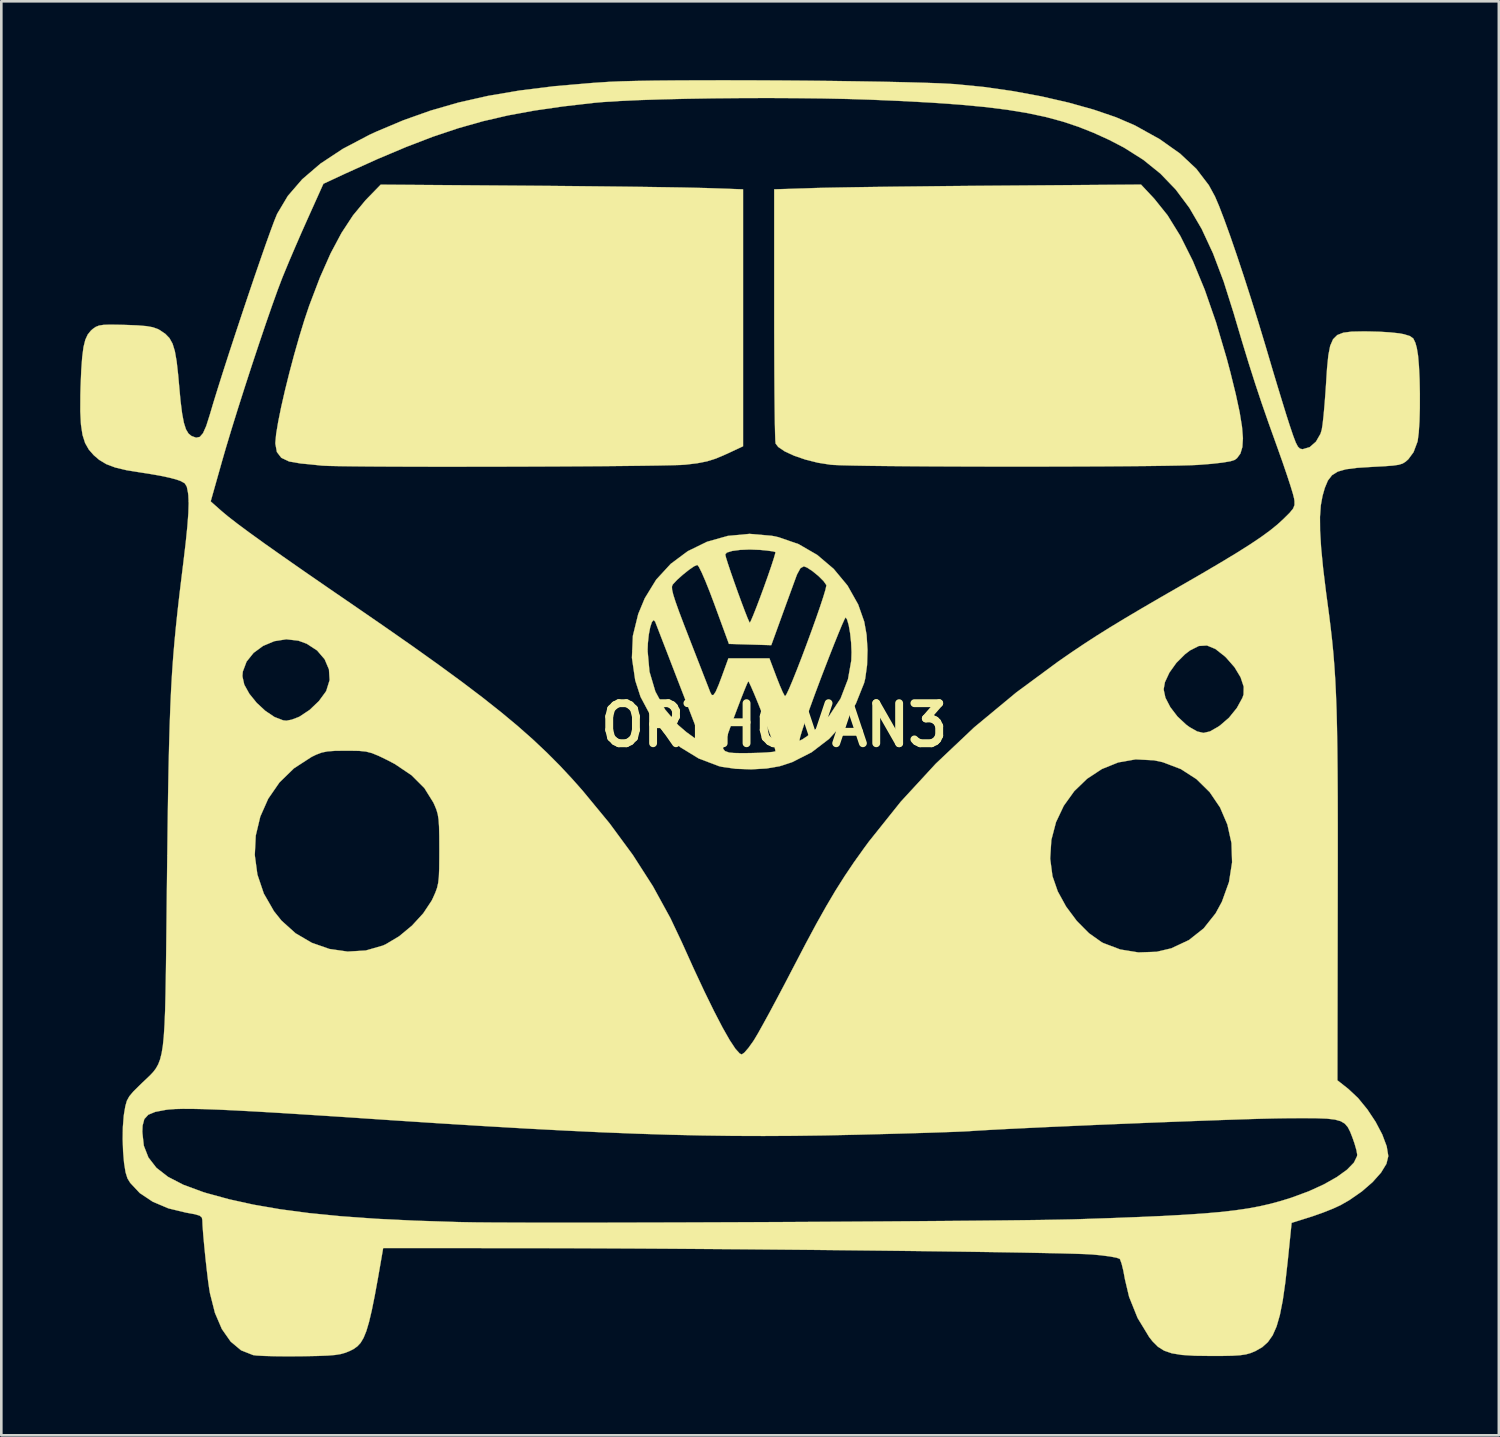
<source format=kicad_pcb>
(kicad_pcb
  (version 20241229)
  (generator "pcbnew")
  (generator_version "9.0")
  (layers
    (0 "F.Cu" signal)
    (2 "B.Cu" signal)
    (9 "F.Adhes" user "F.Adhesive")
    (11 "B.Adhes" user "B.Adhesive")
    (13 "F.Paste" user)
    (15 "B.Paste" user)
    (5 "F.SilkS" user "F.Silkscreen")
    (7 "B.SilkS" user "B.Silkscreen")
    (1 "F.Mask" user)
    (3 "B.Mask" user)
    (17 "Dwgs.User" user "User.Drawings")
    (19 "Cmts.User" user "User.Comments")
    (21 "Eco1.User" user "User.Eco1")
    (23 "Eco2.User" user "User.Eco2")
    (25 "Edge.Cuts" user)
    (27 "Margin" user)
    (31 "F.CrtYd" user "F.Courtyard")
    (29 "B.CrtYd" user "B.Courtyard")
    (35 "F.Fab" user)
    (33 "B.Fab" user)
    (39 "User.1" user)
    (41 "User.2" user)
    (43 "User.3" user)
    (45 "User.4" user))
  (footprint "ORTHOVAN3"
    (layer "F.Cu")
    (at 26.408 24.54)
    (property "Reference" "ORTHOVAN3" (at 0 0 0) (layer "F.SilkS") (effects (font (size 1.524 1.524) (thickness 0.3))))
    (attr through_hole)
    (fp_poly (pts (xy -9.54 -20.525) (xy -8.546 -20.517) (xy -7.563 -20.508) (xy -6.611 -20.498) (xy -5.71 -20.488) (xy -4.879 -20.477) (xy -4.138 -20.466) (xy -3.507 -20.456) (xy -3.005 -20.445) (xy -2.653 -20.436) (xy -2.646 -20.436) (xy -1.185 -20.386) (xy -1.185 -10.61) (xy -1.841 -10.304) (xy -2.213 -10.145) (xy -2.555 -10.037) (xy -2.934 -9.963) (xy -3.374 -9.91) (xy -3.573 -9.898) (xy -3.922 -9.888) (xy -4.405 -9.878) (xy -5.006 -9.869) (xy -5.709 -9.861) (xy -6.496 -9.853) (xy -7.351 -9.847) (xy -8.259 -9.842) (xy -9.201 -9.838) (xy -10.162 -9.835) (xy -11.126 -9.833) (xy -12.075 -9.832) (xy -12.994 -9.832) (xy -13.866 -9.834) (xy -14.673 -9.837) (xy -15.401 -9.841) (xy -16.031 -9.847) (xy -16.549 -9.854) (xy -16.937 -9.862) (xy -17.178 -9.872) (xy -17.23 -9.876) (xy -17.453 -9.9) (xy -17.766 -9.932) (xy -18.016 -9.955) (xy -18.458 -10.031) (xy -18.755 -10.172) (xy -18.923 -10.391) (xy -18.98 -10.703) (xy -18.98 -10.758) (xy -18.95 -11.081) (xy -18.874 -11.536) (xy -18.761 -12.094) (xy -18.617 -12.726) (xy -18.449 -13.402) (xy -18.265 -14.095) (xy -18.072 -14.773) (xy -17.877 -15.409) (xy -17.693 -15.958) (xy -17.286 -17.028) (xy -16.879 -17.947) (xy -16.462 -18.73) (xy -16.025 -19.396) (xy -15.559 -19.96) (xy -15.463 -20.061) (xy -14.973 -20.564) (xy -9.54 -20.525)) (stroke (width 0.01) (type solid)) (fill yes) (layer "F.SilkS"))
    (fp_poly (pts (xy 14.463 -20.026) (xy 14.966 -19.399) (xy 15.454 -18.609) (xy 15.927 -17.663) (xy 16.38 -16.567) (xy 16.811 -15.326) (xy 17.218 -13.947) (xy 17.358 -13.42) (xy 17.562 -12.591) (xy 17.709 -11.907) (xy 17.799 -11.353) (xy 17.834 -10.916) (xy 17.813 -10.581) (xy 17.739 -10.333) (xy 17.61 -10.158) (xy 17.521 -10.091) (xy 17.361 -10.04) (xy 17.061 -9.989) (xy 16.647 -9.942) (xy 16.149 -9.903) (xy 16.143 -9.902) (xy 15.848 -9.889) (xy 15.409 -9.877) (xy 14.843 -9.867) (xy 14.167 -9.858) (xy 13.398 -9.851) (xy 12.552 -9.845) (xy 11.646 -9.841) (xy 10.697 -9.838) (xy 9.722 -9.836) (xy 8.738 -9.836) (xy 7.762 -9.838) (xy 6.81 -9.841) (xy 5.9 -9.845) (xy 5.048 -9.851) (xy 4.272 -9.858) (xy 3.587 -9.866) (xy 3.011 -9.876) (xy 2.561 -9.887) (xy 2.253 -9.9) (xy 2.146 -9.908) (xy 1.667 -9.983) (xy 1.194 -10.101) (xy 0.762 -10.249) (xy 0.405 -10.413) (xy 0.154 -10.582) (xy 0.053 -10.713) (xy 0.043 -10.822) (xy 0.034 -11.083) (xy 0.025 -11.483) (xy 0.018 -12.005) (xy 0.011 -12.634) (xy 0.006 -13.353) (xy 0.003 -14.148) (xy 0.000442 -15.002) (xy 0 -15.619) (xy 0 -20.386) (xy 1.545 -20.436) (xy 1.909 -20.445) (xy 2.423 -20.455) (xy 3.066 -20.466) (xy 3.818 -20.477) (xy 4.659 -20.488) (xy 5.57 -20.498) (xy 6.529 -20.509) (xy 7.517 -20.518) (xy 8.515 -20.526) (xy 8.524 -20.526) (xy 13.957 -20.567) (xy 14.463 -20.026)) (stroke (width 0.01) (type solid)) (fill yes) (layer "F.SilkS"))
    (fp_poly (pts (xy -0.088 -7.203) (xy 0.161 -7.151) (xy 0.928 -6.886) (xy 1.636 -6.476) (xy 2.264 -5.943) (xy 2.791 -5.308) (xy 3.195 -4.59) (xy 3.426 -3.933) (xy 3.515 -3.433) (xy 3.55 -2.861) (xy 3.533 -2.284) (xy 3.463 -1.773) (xy 3.421 -1.603) (xy 3.105 -0.812) (xy 2.654 -0.097) (xy 2.087 0.525) (xy 1.422 1.034) (xy 0.681 1.41) (xy 0.208 1.564) (xy -0.292 1.65) (xy -0.874 1.683) (xy -1.465 1.662) (xy -1.989 1.588) (xy -2.107 1.56) (xy -2.873 1.269) (xy -3.485 0.894) (xy -1.947 0.894) (xy -1.874 0.987) (xy -1.714 1.045) (xy -1.531 1.061) (xy -1.25 1.067) (xy -0.917 1.064) (xy -0.575 1.055) (xy -0.271 1.039) (xy -0.048 1.019) (xy 0.048 0.996) (xy 0.032 0.908) (xy -0.037 0.689) (xy -0.075 0.583) (xy 0.961 0.583) (xy 0.966 0.593) (xy 1.074 0.542) (xy 1.269 0.41) (xy 1.509 0.224) (xy 1.51 0.223) (xy 2.093 -0.355) (xy 2.525 -1.011) (xy 2.807 -1.746) (xy 2.933 -2.456) (xy 2.943 -2.776) (xy 2.927 -3.136) (xy 2.889 -3.493) (xy 2.835 -3.803) (xy 2.771 -4.021) (xy 2.718 -4.099) (xy 2.677 -4.031) (xy 2.583 -3.823) (xy 2.446 -3.495) (xy 2.273 -3.066) (xy 2.072 -2.555) (xy 1.85 -1.98) (xy 1.769 -1.768) (xy 1.547 -1.176) (xy 1.351 -0.638) (xy 1.188 -0.174) (xy 1.064 0.197) (xy 0.986 0.456) (xy 0.961 0.583) (xy -0.075 0.583) (xy -0.151 0.367) (xy -0.3 -0.033) (xy -0.431 -0.373) (xy -0.604 -0.809) (xy -0.757 -1.18) (xy -0.879 -1.462) (xy -0.959 -1.63) (xy -0.986 -1.667) (xy -1.034 -1.571) (xy -1.126 -1.35) (xy -1.25 -1.037) (xy -1.392 -0.666) (xy -1.541 -0.271) (xy -1.683 0.114) (xy -1.806 0.456) (xy -1.897 0.72) (xy -1.944 0.874) (xy -1.947 0.894) (xy -3.485 0.894) (xy -3.575 0.839) (xy -4.192 0.29) (xy -4.702 -0.356) (xy -5.086 -1.077) (xy -5.288 -1.701) (xy -5.414 -2.563) (xy -5.402 -2.836) (xy -4.818 -2.836) (xy -4.746 -2.033) (xy -4.522 -1.279) (xy -4.153 -0.595) (xy -3.652 -0.001) (xy -3.344 0.264) (xy -3.048 0.479) (xy -2.869 0.578) (xy -2.802 0.563) (xy -2.82 0.487) (xy -2.861 0.382) (xy -2.954 0.141) (xy -3.092 -0.213) (xy -3.264 -0.66) (xy -3.464 -1.176) (xy -3.664 -1.693) (xy -3.882 -2.258) (xy -4.082 -2.778) (xy -4.257 -3.229) (xy -4.395 -3.588) (xy -4.49 -3.833) (xy -4.53 -3.937) (xy -4.59 -3.998) (xy -4.655 -3.919) (xy -4.718 -3.727) (xy -4.771 -3.451) (xy -4.807 -3.119) (xy -4.818 -2.836) (xy -5.402 -2.836) (xy -5.377 -3.4) (xy -5.174 -4.227) (xy -4.925 -4.826) (xy -4.655 -5.267) (xy -3.892 -5.267) (xy -3.885 -5.149) (xy -3.842 -4.965) (xy -3.756 -4.696) (xy -3.623 -4.323) (xy -3.436 -3.829) (xy -3.229 -3.295) (xy -3.019 -2.755) (xy -2.827 -2.263) (xy -2.663 -1.841) (xy -2.535 -1.514) (xy -2.454 -1.305) (xy -2.43 -1.243) (xy -2.374 -1.143) (xy -2.31 -1.147) (xy -2.227 -1.27) (xy -2.115 -1.528) (xy -1.992 -1.855) (xy -1.743 -2.54) (xy -0.182 -2.54) (xy 0.09 -1.82) (xy 0.215 -1.504) (xy 0.322 -1.258) (xy 0.396 -1.119) (xy 0.416 -1.101) (xy 0.469 -1.177) (xy 0.568 -1.387) (xy 0.703 -1.707) (xy 0.865 -2.111) (xy 1.044 -2.573) (xy 1.23 -3.068) (xy 1.415 -3.571) (xy 1.589 -4.056) (xy 1.742 -4.497) (xy 1.865 -4.87) (xy 1.949 -5.148) (xy 1.984 -5.307) (xy 1.983 -5.33) (xy 1.879 -5.479) (xy 1.689 -5.668) (xy 1.464 -5.853) (xy 1.255 -5.992) (xy 1.129 -6.042) (xy 1 -5.973) (xy 0.872 -5.741) (xy 0.845 -5.673) (xy 0.763 -5.45) (xy 0.64 -5.112) (xy 0.489 -4.699) (xy 0.328 -4.256) (xy 0.296 -4.167) (xy -0.112 -3.042) (xy -0.917 -3.066) (xy -1.723 -3.09) (xy -2.273 -4.593) (xy -2.454 -5.074) (xy -2.62 -5.488) (xy -2.761 -5.812) (xy -2.867 -6.022) (xy -2.927 -6.096) (xy -3.049 -6.043) (xy -3.246 -5.907) (xy -3.474 -5.725) (xy -3.689 -5.533) (xy -3.846 -5.367) (xy -3.868 -5.337) (xy -3.892 -5.267) (xy -4.655 -5.267) (xy -4.49 -5.535) (xy -3.937 -6.136) (xy -3.452 -6.497) (xy -1.863 -6.497) (xy -1.836 -6.381) (xy -1.763 -6.147) (xy -1.656 -5.828) (xy -1.526 -5.454) (xy -1.386 -5.06) (xy -1.246 -4.677) (xy -1.118 -4.338) (xy -1.015 -4.075) (xy -0.947 -3.922) (xy -0.929 -3.895) (xy -0.887 -3.97) (xy -0.798 -4.179) (xy -0.673 -4.495) (xy -0.523 -4.891) (xy -0.401 -5.222) (xy -0.243 -5.665) (xy -0.111 -6.049) (xy -0.014 -6.348) (xy 0.04 -6.536) (xy 0.046 -6.586) (xy -0.051 -6.611) (xy -0.268 -6.641) (xy -0.537 -6.667) (xy -0.933 -6.682) (xy -1.299 -6.667) (xy -1.599 -6.627) (xy -1.799 -6.566) (xy -1.863 -6.497) (xy -3.452 -6.497) (xy -3.287 -6.619) (xy -2.557 -6.976) (xy -1.768 -7.199) (xy -0.938 -7.277) (xy -0.088 -7.203)) (stroke (width 0.01) (type solid)) (fill yes) (layer "F.SilkS"))
    (fp_poly (pts (xy -0.844 -24.533) (xy 0.188 -24.528) (xy 1.222 -24.52) (xy 2.239 -24.509) (xy 3.216 -24.495) (xy 4.134 -24.48) (xy 4.971 -24.461) (xy 5.708 -24.441) (xy 6.322 -24.419) (xy 6.794 -24.394) (xy 6.9 -24.387) (xy 7.987 -24.28) (xy 9.085 -24.123) (xy 10.166 -23.923) (xy 11.198 -23.686) (xy 12.153 -23.419) (xy 13 -23.13) (xy 13.709 -22.825) (xy 13.734 -22.813) (xy 14.668 -22.294) (xy 15.441 -21.747) (xy 16.061 -21.166) (xy 16.537 -20.543) (xy 16.77 -20.116) (xy 16.927 -19.749) (xy 17.122 -19.24) (xy 17.349 -18.612) (xy 17.599 -17.886) (xy 17.866 -17.083) (xy 18.142 -16.225) (xy 18.42 -15.334) (xy 18.693 -14.431) (xy 18.792 -14.097) (xy 18.967 -13.504) (xy 19.149 -12.9) (xy 19.324 -12.327) (xy 19.478 -11.827) (xy 19.601 -11.443) (xy 19.612 -11.409) (xy 19.746 -11.012) (xy 19.846 -10.749) (xy 19.927 -10.595) (xy 20.005 -10.52) (xy 20.094 -10.499) (xy 20.111 -10.499) (xy 20.375 -10.577) (xy 20.613 -10.785) (xy 20.786 -11.085) (xy 20.833 -11.238) (xy 20.866 -11.448) (xy 20.904 -11.788) (xy 20.942 -12.217) (xy 20.978 -12.697) (xy 20.994 -12.938) (xy 21.035 -13.578) (xy 21.084 -14.069) (xy 21.154 -14.43) (xy 21.263 -14.681) (xy 21.425 -14.842) (xy 21.656 -14.932) (xy 21.971 -14.972) (xy 22.386 -14.98) (xy 22.604 -14.979) (xy 23.038 -14.968) (xy 23.449 -14.942) (xy 23.786 -14.906) (xy 23.961 -14.873) (xy 24.189 -14.803) (xy 24.317 -14.711) (xy 24.397 -14.544) (xy 24.45 -14.351) (xy 24.497 -14.067) (xy 24.532 -13.656) (xy 24.556 -13.159) (xy 24.567 -12.616) (xy 24.566 -12.069) (xy 24.552 -11.56) (xy 24.524 -11.13) (xy 24.484 -10.819) (xy 24.475 -10.78) (xy 24.326 -10.385) (xy 24.127 -10.115) (xy 24.02 -10.02) (xy 23.909 -9.952) (xy 23.761 -9.906) (xy 23.545 -9.875) (xy 23.225 -9.851) (xy 22.771 -9.827) (xy 22.757 -9.826) (xy 22.185 -9.79) (xy 21.756 -9.735) (xy 21.445 -9.647) (xy 21.223 -9.508) (xy 21.067 -9.306) (xy 20.949 -9.023) (xy 20.862 -8.717) (xy 20.797 -8.361) (xy 20.766 -7.923) (xy 20.77 -7.388) (xy 20.81 -6.739) (xy 20.886 -5.961) (xy 20.999 -5.038) (xy 21.039 -4.741) (xy 21.11 -4.21) (xy 21.172 -3.71) (xy 21.227 -3.226) (xy 21.274 -2.745) (xy 21.313 -2.252) (xy 21.347 -1.733) (xy 21.374 -1.174) (xy 21.397 -0.56) (xy 21.414 0.123) (xy 21.426 0.889) (xy 21.435 1.753) (xy 21.441 2.728) (xy 21.443 3.829) (xy 21.443 5.07) (xy 21.441 6.466) (xy 21.441 6.524) (xy 21.429 13.514) (xy 21.851 13.848) (xy 22.218 14.193) (xy 22.569 14.622) (xy 22.883 15.096) (xy 23.136 15.577) (xy 23.304 16.025) (xy 23.366 16.398) (xy 23.294 16.692) (xy 23.087 17.03) (xy 22.768 17.388) (xy 22.358 17.744) (xy 21.879 18.076) (xy 21.548 18.265) (xy 21.261 18.397) (xy 20.884 18.547) (xy 20.487 18.687) (xy 20.406 18.713) (xy 19.687 18.939) (xy 19.541 20.37) (xy 19.447 21.208) (xy 19.349 21.893) (xy 19.24 22.445) (xy 19.114 22.881) (xy 18.965 23.218) (xy 18.785 23.474) (xy 18.57 23.668) (xy 18.312 23.816) (xy 18.304 23.82) (xy 18.129 23.892) (xy 17.949 23.943) (xy 17.729 23.975) (xy 17.434 23.994) (xy 17.03 24.002) (xy 16.637 24.003) (xy 16.003 23.995) (xy 15.51 23.964) (xy 15.13 23.902) (xy 14.836 23.801) (xy 14.6 23.652) (xy 14.395 23.447) (xy 14.27 23.288) (xy 13.826 22.557) (xy 13.503 21.753) (xy 13.346 21.09) (xy 13.284 20.758) (xy 13.218 20.489) (xy 13.159 20.328) (xy 13.145 20.308) (xy 13.028 20.265) (xy 12.78 20.218) (xy 12.439 20.174) (xy 12.094 20.141) (xy 11.85 20.128) (xy 11.448 20.114) (xy 10.902 20.099) (xy 10.223 20.085) (xy 9.422 20.069) (xy 8.513 20.054) (xy 7.508 20.039) (xy 6.418 20.024) (xy 5.255 20.009) (xy 4.032 19.995) (xy 2.762 19.981) (xy 1.455 19.967) (xy 0.124 19.955) (xy -1.219 19.943) (xy -2.561 19.933) (xy -3.89 19.923) (xy -5.195 19.915) (xy -6.464 19.909) (xy -7.683 19.904) (xy -8.842 19.901) (xy -9.789 19.9) (xy -14.879 19.897) (xy -14.926 20.172) (xy -15.073 21.017) (xy -15.2 21.712) (xy -15.313 22.272) (xy -15.418 22.715) (xy -15.519 23.056) (xy -15.624 23.313) (xy -15.736 23.502) (xy -15.863 23.639) (xy -16.008 23.742) (xy -16.147 23.812) (xy -16.314 23.88) (xy -16.489 23.93) (xy -16.704 23.965) (xy -16.989 23.988) (xy -17.375 24.003) (xy -17.892 24.013) (xy -18.034 24.015) (xy -18.542 24.018) (xy -19.013 24.013) (xy -19.41 24.002) (xy -19.701 23.986) (xy -19.826 23.97) (xy -20.284 23.789) (xy -20.682 23.456) (xy -21.016 22.979) (xy -21.279 22.366) (xy -21.467 21.624) (xy -21.495 21.463) (xy -21.54 21.149) (xy -21.589 20.74) (xy -21.64 20.281) (xy -21.686 19.815) (xy -21.725 19.387) (xy -21.75 19.04) (xy -21.759 18.829) (xy -21.779 18.733) (xy -21.861 18.665) (xy -22.04 18.611) (xy -22.351 18.554) (xy -22.376 18.55) (xy -23.051 18.387) (xy -23.647 18.134) (xy -24.139 17.806) (xy -24.502 17.419) (xy -24.607 17.248) (xy -24.68 17.016) (xy -24.737 16.66) (xy -24.774 16.223) (xy -24.79 15.749) (xy -24.786 15.486) (xy -24.043 15.486) (xy -23.986 16.003) (xy -23.81 16.453) (xy -23.506 16.845) (xy -23.065 17.188) (xy -22.477 17.492) (xy -21.732 17.766) (xy -21.589 17.81) (xy -20.732 18.044) (xy -19.808 18.247) (xy -18.801 18.421) (xy -17.7 18.567) (xy -16.488 18.687) (xy -15.152 18.783) (xy -13.679 18.855) (xy -12.054 18.907) (xy -11.769 18.913) (xy -11.358 18.92) (xy -10.792 18.925) (xy -10.086 18.928) (xy -9.254 18.931) (xy -8.311 18.931) (xy -7.271 18.931) (xy -6.149 18.93) (xy -4.958 18.927) (xy -3.713 18.924) (xy -2.429 18.919) (xy -1.119 18.914) (xy 0.201 18.908) (xy 1.518 18.901) (xy 2.816 18.893) (xy 4.083 18.885) (xy 5.302 18.876) (xy 6.46 18.867) (xy 7.543 18.858) (xy 8.536 18.848) (xy 9.425 18.838) (xy 10.195 18.828) (xy 10.832 18.817) (xy 11.321 18.807) (xy 11.515 18.801) (xy 12.76 18.76) (xy 13.851 18.718) (xy 14.803 18.676) (xy 15.632 18.63) (xy 16.353 18.581) (xy 16.981 18.526) (xy 17.532 18.463) (xy 18.02 18.392) (xy 18.462 18.31) (xy 18.873 18.216) (xy 19.267 18.109) (xy 19.661 17.987) (xy 19.685 17.979) (xy 20.336 17.739) (xy 20.916 17.474) (xy 21.409 17.195) (xy 21.795 16.916) (xy 22.057 16.647) (xy 22.177 16.4) (xy 22.183 16.341) (xy 22.154 16.175) (xy 22.08 15.917) (xy 22.006 15.706) (xy 21.917 15.477) (xy 21.826 15.298) (xy 21.713 15.165) (xy 21.556 15.071) (xy 21.335 15.009) (xy 21.026 14.973) (xy 20.609 14.957) (xy 20.063 14.954) (xy 19.476 14.958) (xy 19.081 14.964) (xy 18.538 14.977) (xy 17.869 14.997) (xy 17.094 15.023) (xy 16.236 15.054) (xy 15.316 15.088) (xy 14.354 15.125) (xy 13.373 15.165) (xy 12.393 15.205) (xy 11.436 15.247) (xy 10.523 15.287) (xy 9.676 15.327) (xy 8.915 15.364) (xy 8.263 15.398) (xy 7.74 15.428) (xy 7.408 15.45) (xy 7.197 15.461) (xy 6.838 15.476) (xy 6.352 15.493) (xy 5.759 15.513) (xy 5.081 15.533) (xy 4.34 15.554) (xy 3.555 15.574) (xy 3.133 15.585) (xy 1.926 15.611) (xy 0.752 15.627) (xy -0.406 15.633) (xy -1.564 15.629) (xy -2.739 15.613) (xy -3.947 15.586) (xy -5.205 15.546) (xy -6.529 15.494) (xy -7.934 15.428) (xy -9.439 15.349) (xy -11.058 15.255) (xy -12.809 15.147) (xy -14.708 15.023) (xy -15.24 14.987) (xy -16.583 14.897) (xy -17.767 14.821) (xy -18.804 14.756) (xy -19.704 14.703) (xy -20.476 14.662) (xy -21.132 14.631) (xy -21.683 14.611) (xy -22.138 14.601) (xy -22.508 14.6) (xy -22.804 14.608) (xy -23.036 14.625) (xy -23.144 14.638) (xy -23.55 14.715) (xy -23.815 14.824) (xy -23.967 14.99) (xy -24.033 15.24) (xy -24.043 15.486) (xy -24.786 15.486) (xy -24.782 15.283) (xy -24.749 14.868) (xy -24.736 14.774) (xy -24.688 14.496) (xy -24.631 14.294) (xy -24.537 14.123) (xy -24.382 13.939) (xy -24.136 13.696) (xy -24.053 13.615) (xy -23.89 13.462) (xy -23.748 13.326) (xy -23.627 13.197) (xy -23.524 13.06) (xy -23.437 12.904) (xy -23.366 12.717) (xy -23.308 12.484) (xy -23.261 12.194) (xy -23.225 11.834) (xy -23.197 11.391) (xy -23.175 10.853) (xy -23.159 10.207) (xy -23.146 9.441) (xy -23.134 8.541) (xy -23.122 7.495) (xy -23.111 6.477) (xy -23.095 5.068) (xy -23.093 4.946) (xy -19.764 4.946) (xy -19.664 5.687) (xy -19.421 6.407) (xy -19.033 7.083) (xy -18.747 7.44) (xy -18.211 7.922) (xy -17.594 8.283) (xy -16.924 8.517) (xy -16.231 8.617) (xy -15.543 8.576) (xy -14.89 8.388) (xy -14.781 8.339) (xy -14.272 8.035) (xy -13.781 7.628) (xy -13.354 7.162) (xy -13.036 6.683) (xy -12.988 6.585) (xy -12.894 6.375) (xy -12.828 6.193) (xy -12.785 6.004) (xy -12.759 5.771) (xy -12.747 5.459) (xy -12.743 5.033) (xy -12.742 4.741) (xy -12.744 4.236) (xy -12.752 3.865) (xy -12.77 3.594) (xy -12.803 3.387) (xy -12.855 3.21) (xy -12.931 3.027) (xy -12.969 2.945) (xy -13.312 2.394) (xy -13.796 1.91) (xy -14.431 1.482) (xy -14.712 1.334) (xy -15.051 1.17) (xy -15.306 1.065) (xy -15.535 1.006) (xy -15.798 0.98) (xy -16.152 0.974) (xy -16.292 0.974) (xy -16.701 0.978) (xy -16.992 0.999) (xy -17.216 1.044) (xy -17.425 1.123) (xy -17.604 1.21) (xy -18.273 1.644) (xy -18.825 2.181) (xy -19.253 2.801) (xy -19.555 3.482) (xy -19.727 4.204) (xy -19.764 4.946) (xy -23.093 4.946) (xy -23.079 3.813) (xy -23.063 2.696) (xy -23.045 1.7) (xy -23.025 0.811) (xy -23.002 0.013) (xy -22.976 -0.711) (xy -22.946 -1.375) (xy -22.918 -1.857) (xy -20.235 -1.857) (xy -20.164 -1.541) (xy -19.971 -1.193) (xy -19.693 -0.849) (xy -19.363 -0.543) (xy -19.015 -0.309) (xy -18.685 -0.182) (xy -18.561 -0.169) (xy -18.361 -0.207) (xy -18.109 -0.302) (xy -18.047 -0.332) (xy -17.675 -0.58) (xy -17.325 -0.914) (xy -17.063 -1.27) (xy -17.042 -1.309) (xy -16.916 -1.714) (xy -16.942 -2.122) (xy -17.106 -2.506) (xy -17.393 -2.84) (xy -17.787 -3.097) (xy -18.104 -3.213) (xy -18.565 -3.266) (xy -19.023 -3.193) (xy -19.448 -3.014) (xy -19.81 -2.748) (xy -20.077 -2.415) (xy -20.22 -2.034) (xy -20.235 -1.857) (xy -22.918 -1.857) (xy -22.91 -1.996) (xy -22.868 -2.589) (xy -22.819 -3.171) (xy -22.763 -3.756) (xy -22.699 -4.361) (xy -22.626 -5.002) (xy -22.542 -5.693) (xy -22.482 -6.181) (xy -22.391 -6.95) (xy -22.328 -7.572) (xy -22.291 -8.064) (xy -22.279 -8.447) (xy -22.282 -8.512) (xy -21.442 -8.512) (xy -21.029 -8.146) (xy -20.779 -7.937) (xy -20.428 -7.665) (xy -19.97 -7.325) (xy -19.4 -6.914) (xy -18.71 -6.427) (xy -17.896 -5.859) (xy -16.95 -5.206) (xy -16.121 -4.638) (xy -14.879 -3.783) (xy -13.768 -3.008) (xy -12.778 -2.301) (xy -11.894 -1.654) (xy -11.105 -1.056) (xy -10.399 -0.497) (xy -9.763 0.032) (xy -9.186 0.542) (xy -8.654 1.043) (xy -8.156 1.543) (xy -7.679 2.055) (xy -7.287 2.498) (xy -6.264 3.738) (xy -5.379 4.941) (xy -4.614 6.133) (xy -3.95 7.344) (xy -3.519 8.255) (xy -3.065 9.262) (xy -2.653 10.143) (xy -2.285 10.894) (xy -1.965 11.51) (xy -1.694 11.986) (xy -1.476 12.316) (xy -1.312 12.496) (xy -1.236 12.531) (xy -1.137 12.463) (xy -0.982 12.285) (xy -0.8 12.031) (xy -0.754 11.959) (xy -0.619 11.732) (xy -0.422 11.379) (xy -0.175 10.929) (xy 0.105 10.405) (xy 0.406 9.836) (xy 0.713 9.246) (xy 0.722 9.229) (xy 1.19 8.332) (xy 1.603 7.562) (xy 1.979 6.893) (xy 2.332 6.296) (xy 2.68 5.746) (xy 3.038 5.214) (xy 3.136 5.078) (xy 10.5 5.078) (xy 10.588 5.748) (xy 10.788 6.325) (xy 11.107 6.906) (xy 11.513 7.451) (xy 11.974 7.916) (xy 12.459 8.26) (xy 12.523 8.293) (xy 13.167 8.537) (xy 13.859 8.649) (xy 14.551 8.625) (xy 15.11 8.493) (xy 15.78 8.178) (xy 16.34 7.735) (xy 16.796 7.16) (xy 17.035 6.72) (xy 17.304 5.973) (xy 17.422 5.222) (xy 17.399 4.486) (xy 17.243 3.783) (xy 16.964 3.132) (xy 16.57 2.551) (xy 16.07 2.058) (xy 15.472 1.672) (xy 14.786 1.411) (xy 14.45 1.339) (xy 13.754 1.303) (xy 13.089 1.42) (xy 12.467 1.671) (xy 11.905 2.041) (xy 11.417 2.512) (xy 11.018 3.068) (xy 10.722 3.693) (xy 10.545 4.368) (xy 10.5 5.078) (xy 3.136 5.078) (xy 3.423 4.675) (xy 3.599 4.436) (xy 4.817 2.912) (xy 6.148 1.467) (xy 7.606 0.088) (xy 9.205 -1.238) (xy 9.368 -1.358) (xy 14.817 -1.358) (xy 14.885 -1.042) (xy 15.07 -0.685) (xy 15.342 -0.329) (xy 15.672 -0.02) (xy 15.805 0.077) (xy 16.093 0.241) (xy 16.333 0.297) (xy 16.578 0.241) (xy 16.879 0.07) (xy 16.961 0.015) (xy 17.303 -0.28) (xy 17.603 -0.651) (xy 17.814 -1.036) (xy 17.858 -1.161) (xy 17.864 -1.463) (xy 17.745 -1.821) (xy 17.516 -2.201) (xy 17.195 -2.568) (xy 17.146 -2.615) (xy 16.786 -2.898) (xy 16.466 -3.03) (xy 16.156 -3.011) (xy 15.824 -2.844) (xy 15.63 -2.696) (xy 15.3 -2.367) (xy 15.036 -1.997) (xy 14.866 -1.632) (xy 14.817 -1.358) (xy 9.368 -1.358) (xy 10.809 -2.421) (xy 11.303 -2.763) (xy 11.778 -3.082) (xy 12.258 -3.394) (xy 12.768 -3.713) (xy 13.333 -4.056) (xy 13.976 -4.437) (xy 14.723 -4.872) (xy 15.445 -5.287) (xy 16.299 -5.78) (xy 17.019 -6.204) (xy 17.62 -6.568) (xy 18.118 -6.883) (xy 18.528 -7.159) (xy 18.866 -7.406) (xy 19.148 -7.634) (xy 19.379 -7.846) (xy 19.612 -8.077) (xy 19.743 -8.238) (xy 19.797 -8.372) (xy 19.796 -8.525) (xy 19.782 -8.622) (xy 19.737 -8.801) (xy 19.643 -9.11) (xy 19.509 -9.519) (xy 19.345 -10) (xy 19.16 -10.522) (xy 19.103 -10.681) (xy 18.809 -11.502) (xy 18.546 -12.259) (xy 18.301 -12.995) (xy 18.059 -13.754) (xy 17.806 -14.583) (xy 17.526 -15.525) (xy 17.486 -15.663) (xy 17.1 -16.884) (xy 16.697 -17.95) (xy 16.266 -18.878) (xy 15.796 -19.683) (xy 15.276 -20.38) (xy 14.695 -20.984) (xy 14.042 -21.511) (xy 13.306 -21.976) (xy 12.742 -22.269) (xy 12.16 -22.534) (xy 11.575 -22.766) (xy 10.97 -22.967) (xy 10.328 -23.141) (xy 9.633 -23.288) (xy 8.866 -23.414) (xy 8.012 -23.52) (xy 7.053 -23.61) (xy 5.973 -23.686) (xy 4.754 -23.751) (xy 3.641 -23.798) (xy 2.774 -23.825) (xy 1.826 -23.845) (xy 0.82 -23.856) (xy -0.221 -23.861) (xy -1.273 -23.858) (xy -2.313 -23.849) (xy -3.317 -23.832) (xy -4.262 -23.81) (xy -5.125 -23.782) (xy -5.881 -23.747) (xy -6.508 -23.708) (xy -6.858 -23.677) (xy -8.043 -23.54) (xy -9.122 -23.384) (xy -10.125 -23.2) (xy -11.084 -22.978) (xy -12.029 -22.71) (xy -12.99 -22.388) (xy -13.998 -22.001) (xy -15.085 -21.543) (xy -16.28 -21.004) (xy -16.43 -20.934) (xy -17.154 -20.597) (xy -17.759 -19.252) (xy -17.993 -18.727) (xy -18.233 -18.174) (xy -18.459 -17.646) (xy -18.646 -17.194) (xy -18.718 -17.018) (xy -18.893 -16.557) (xy -19.106 -15.963) (xy -19.348 -15.266) (xy -19.609 -14.494) (xy -19.88 -13.677) (xy -20.15 -12.845) (xy -20.411 -12.026) (xy -20.652 -11.25) (xy -20.864 -10.547) (xy -21 -10.077) (xy -21.442 -8.512) (xy -22.282 -8.512) (xy -22.292 -8.74) (xy -22.304 -8.841) (xy -22.35 -9.071) (xy -22.429 -9.202) (xy -22.592 -9.291) (xy -22.759 -9.349) (xy -23.014 -9.416) (xy -23.38 -9.493) (xy -23.8 -9.566) (xy -24.063 -9.606) (xy -24.636 -9.698) (xy -25.074 -9.802) (xy -25.413 -9.93) (xy -25.688 -10.096) (xy -25.89 -10.269) (xy -26.079 -10.485) (xy -26.22 -10.734) (xy -26.318 -11.042) (xy -26.377 -11.434) (xy -26.403 -11.933) (xy -26.4 -12.566) (xy -26.392 -12.863) (xy -26.366 -13.508) (xy -26.33 -14.006) (xy -26.281 -14.383) (xy -26.212 -14.661) (xy -26.119 -14.863) (xy -25.996 -15.014) (xy -25.926 -15.075) (xy -25.815 -15.152) (xy -25.691 -15.202) (xy -25.519 -15.229) (xy -25.264 -15.238) (xy -24.891 -15.232) (xy -24.68 -15.227) (xy -24.216 -15.209) (xy -23.884 -15.181) (xy -23.647 -15.139) (xy -23.468 -15.076) (xy -23.371 -15.025) (xy -23.167 -14.887) (xy -23.011 -14.726) (xy -22.893 -14.515) (xy -22.805 -14.229) (xy -22.737 -13.841) (xy -22.679 -13.324) (xy -22.648 -12.974) (xy -22.59 -12.342) (xy -22.529 -11.859) (xy -22.462 -11.504) (xy -22.383 -11.256) (xy -22.287 -11.095) (xy -22.171 -11) (xy -21.997 -10.937) (xy -21.856 -10.966) (xy -21.733 -11.108) (xy -21.612 -11.379) (xy -21.479 -11.797) (xy -21.468 -11.833) (xy -21.334 -12.285) (xy -21.163 -12.837) (xy -20.963 -13.469) (xy -20.741 -14.158) (xy -20.503 -14.883) (xy -20.258 -15.623) (xy -20.012 -16.357) (xy -19.773 -17.063) (xy -19.547 -17.719) (xy -19.343 -18.304) (xy -19.166 -18.797) (xy -19.025 -19.177) (xy -18.926 -19.421) (xy -18.911 -19.456) (xy -18.507 -20.134) (xy -17.96 -20.768) (xy -17.265 -21.364) (xy -16.415 -21.926) (xy -15.404 -22.458) (xy -15.131 -22.584) (xy -14.11 -23.014) (xy -13.079 -23.38) (xy -12.013 -23.688) (xy -10.889 -23.942) (xy -9.682 -24.147) (xy -8.367 -24.31) (xy -6.92 -24.434) (xy -6.253 -24.478) (xy -5.82 -24.496) (xy -5.239 -24.511) (xy -4.531 -24.523) (xy -3.717 -24.53) (xy -2.817 -24.534) (xy -1.853 -24.535) (xy -0.844 -24.533)) (stroke (width 0.01) (type solid)) (fill yes) (layer "F.SilkS")))
  (gr_rect
    (start -3 -3)
    (end 53.98 51.563)
    (stroke (width 0.1) (type default))
    (fill no)
    (layer "Edge.Cuts")))
</source>
